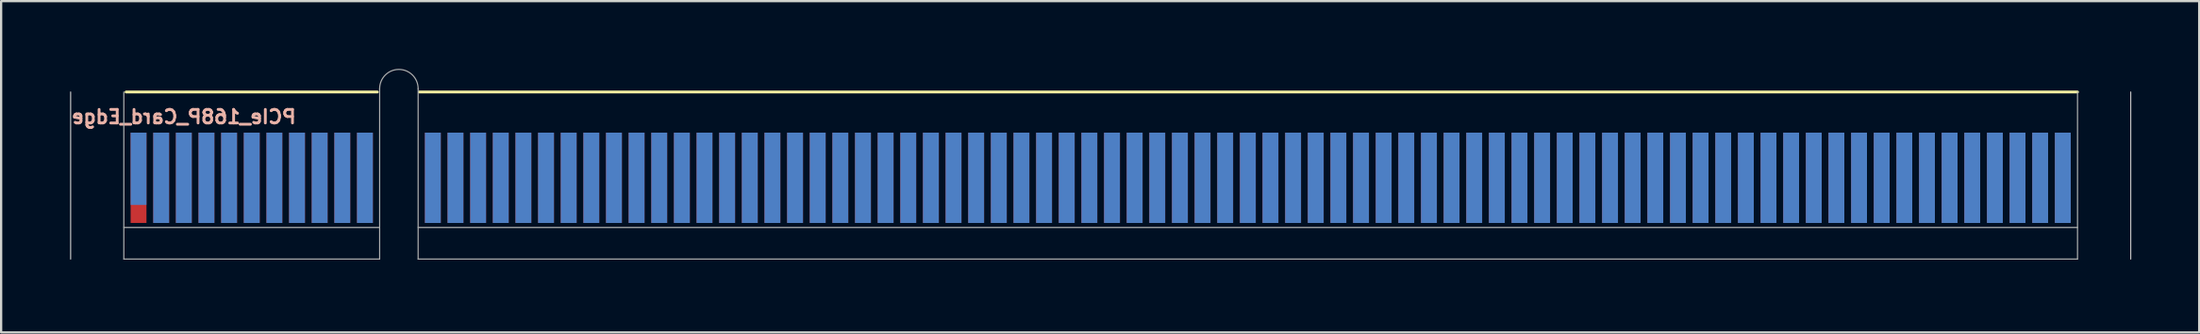
<source format=kicad_pcb>
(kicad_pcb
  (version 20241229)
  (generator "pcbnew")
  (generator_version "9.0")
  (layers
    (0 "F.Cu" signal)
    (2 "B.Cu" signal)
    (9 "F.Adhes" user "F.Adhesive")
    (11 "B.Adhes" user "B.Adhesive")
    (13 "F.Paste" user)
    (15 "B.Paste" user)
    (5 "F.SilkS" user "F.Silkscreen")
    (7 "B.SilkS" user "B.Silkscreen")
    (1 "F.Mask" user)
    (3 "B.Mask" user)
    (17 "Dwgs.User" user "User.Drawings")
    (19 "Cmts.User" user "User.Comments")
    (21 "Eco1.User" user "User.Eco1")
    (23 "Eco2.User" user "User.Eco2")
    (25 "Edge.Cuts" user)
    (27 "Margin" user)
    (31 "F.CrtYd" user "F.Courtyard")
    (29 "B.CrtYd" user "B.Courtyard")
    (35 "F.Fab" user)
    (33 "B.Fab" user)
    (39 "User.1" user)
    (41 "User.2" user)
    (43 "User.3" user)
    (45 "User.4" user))
  (footprint "PCIe_168P_Card_Edge"
    (layer "F.Cu")
    (at 14.57 8.425)
    (property "Reference" "PCIe_168P_Card_Edge" (at -9.5 -6.3 0) (layer "B.SilkS") (effects (font (size 0.6 0.6) (thickness 0.125)) (justify mirror)))
    (attr exclude_from_pos_files exclude_from_bom)
    (fp_line (start -12.05 -7.4) (end -0.95 -7.4) (stroke (width 0.125) (type solid)) (layer "F.SilkS"))
    (fp_line (start 0.9 -7.4) (end 74.15 -7.4) (stroke (width 0.125) (type solid)) (layer "F.SilkS"))
    (fp_line (start -14.5 0) (end -14.5 -7.4) (stroke (width 0.05) (type solid)) (layer "Dwgs.User"))
    (fp_line (start 76.5 0) (end 76.5 -7.4) (stroke (width 0.05) (type solid)) (layer "Dwgs.User"))
    (fp_line (start -12.15 -1.4) (end -0.85 -1.4) (stroke (width 0.05) (type solid)) (layer "F.Fab"))
    (fp_line (start -12.15 0) (end -12.15 -7.4) (stroke (width 0.05) (type solid)) (layer "F.Fab"))
    (fp_line (start -0.85 -7.55) (end -0.85 0) (stroke (width 0.05) (type solid)) (layer "F.Fab"))
    (fp_line (start -0.85 0) (end -12.15 0) (stroke (width 0.05) (type solid)) (layer "F.Fab"))
    (fp_line (start 0.85 -7.55) (end 0.85 0) (stroke (width 0.05) (type solid)) (layer "F.Fab"))
    (fp_line (start 0.85 -1.4) (end 74.15 -1.4) (stroke (width 0.05) (type solid)) (layer "F.Fab"))
    (fp_line (start 0.85 0) (end 74.15 0) (stroke (width 0.05) (type solid)) (layer "F.Fab"))
    (fp_line (start 74.15 0) (end 74.15 -7.4) (stroke (width 0.05) (type solid)) (layer "F.Fab"))
    (fp_arc (start -0.85 -7.55) (mid 0 -8.4) (end 0.85 -7.55) (stroke (width 0.05) (type solid)) (layer "F.Fab"))
    (pad "A1" connect rect (at -11.5 -4) (size 0.7 3.2) (layers "B.Cu" "B.Mask"))
    (pad "A2" connect rect (at -10.5 -3.6) (size 0.7 4) (layers "B.Cu" "B.Mask"))
    (pad "A3" connect rect (at -9.5 -3.6) (size 0.7 4) (layers "B.Cu" "B.Mask"))
    (pad "A4" connect rect (at -8.5 -3.6) (size 0.7 4) (layers "B.Cu" "B.Mask"))
    (pad "A5" connect rect (at -7.5 -3.6) (size 0.7 4) (layers "B.Cu" "B.Mask"))
    (pad "A6" connect rect (at -6.5 -3.6) (size 0.7 4) (layers "B.Cu" "B.Mask"))
    (pad "A7" connect rect (at -5.5 -3.6) (size 0.7 4) (layers "B.Cu" "B.Mask"))
    (pad "A8" connect rect (at -4.5 -3.6) (size 0.7 4) (layers "B.Cu" "B.Mask"))
    (pad "A9" connect rect (at -3.5 -3.6) (size 0.7 4) (layers "B.Cu" "B.Mask"))
    (pad "A10" connect rect (at -2.5 -3.6) (size 0.7 4) (layers "B.Cu" "B.Mask"))
    (pad "A11" connect rect (at -1.5 -3.6) (size 0.7 4) (layers "B.Cu" "B.Mask"))
    (pad "A12" connect rect (at 1.5 -3.6) (size 0.7 4) (layers "B.Cu" "B.Mask"))
    (pad "A13" connect rect (at 2.5 -3.6) (size 0.7 4) (layers "B.Cu" "B.Mask"))
    (pad "A14" connect rect (at 3.5 -3.6) (size 0.7 4) (layers "B.Cu" "B.Mask"))
    (pad "A15" connect rect (at 4.5 -3.6) (size 0.7 4) (layers "B.Cu" "B.Mask"))
    (pad "A16" connect rect (at 5.5 -3.6) (size 0.7 4) (layers "B.Cu" "B.Mask"))
    (pad "A17" connect rect (at 6.5 -3.6) (size 0.7 4) (layers "B.Cu" "B.Mask"))
    (pad "A18" connect rect (at 7.5 -3.6) (size 0.7 4) (layers "B.Cu" "B.Mask"))
    (pad "A19" connect rect (at 8.5 -3.6) (size 0.7 4) (layers "B.Cu" "B.Mask"))
    (pad "A20" connect rect (at 9.5 -3.6) (size 0.7 4) (layers "B.Cu" "B.Mask"))
    (pad "A21" connect rect (at 10.5 -3.6) (size 0.7 4) (layers "B.Cu" "B.Mask"))
    (pad "A22" connect rect (at 11.5 -3.6) (size 0.7 4) (layers "B.Cu" "B.Mask"))
    (pad "A23" connect rect (at 12.5 -3.6) (size 0.7 4) (layers "B.Cu" "B.Mask"))
    (pad "A24" connect rect (at 13.5 -3.6) (size 0.7 4) (layers "B.Cu" "B.Mask"))
    (pad "A25" connect rect (at 14.5 -3.6) (size 0.7 4) (layers "B.Cu" "B.Mask"))
    (pad "A26" connect rect (at 15.5 -3.6) (size 0.7 4) (layers "B.Cu" "B.Mask"))
    (pad "A27" connect rect (at 16.5 -3.6) (size 0.7 4) (layers "B.Cu" "B.Mask"))
    (pad "A28" connect rect (at 17.5 -3.6) (size 0.7 4) (layers "B.Cu" "B.Mask"))
    (pad "A29" connect rect (at 18.5 -3.6) (size 0.7 4) (layers "B.Cu" "B.Mask"))
    (pad "A30" connect rect (at 19.5 -3.6) (size 0.7 4) (layers "B.Cu" "B.Mask"))
    (pad "A31" connect rect (at 20.5 -3.6) (size 0.7 4) (layers "B.Cu" "B.Mask"))
    (pad "A32" connect rect (at 21.5 -3.6) (size 0.7 4) (layers "B.Cu" "B.Mask"))
    (pad "A33" connect rect (at 22.5 -3.6) (size 0.7 4) (layers "B.Cu" "B.Mask"))
    (pad "A34" connect rect (at 23.5 -3.6) (size 0.7 4) (layers "B.Cu" "B.Mask"))
    (pad "A35" connect rect (at 24.5 -3.6) (size 0.7 4) (layers "B.Cu" "B.Mask"))
    (pad "A36" connect rect (at 25.5 -3.6) (size 0.7 4) (layers "B.Cu" "B.Mask"))
    (pad "A37" connect rect (at 26.5 -3.6) (size 0.7 4) (layers "B.Cu" "B.Mask"))
    (pad "A38" connect rect (at 27.5 -3.6) (size 0.7 4) (layers "B.Cu" "B.Mask"))
    (pad "A39" connect rect (at 28.5 -3.6) (size 0.7 4) (layers "B.Cu" "B.Mask"))
    (pad "A40" connect rect (at 29.5 -3.6) (size 0.7 4) (layers "B.Cu" "B.Mask"))
    (pad "A41" connect rect (at 30.5 -3.6) (size 0.7 4) (layers "B.Cu" "B.Mask"))
    (pad "A42" connect rect (at 31.5 -3.6) (size 0.7 4) (layers "B.Cu" "B.Mask"))
    (pad "A43" connect rect (at 32.5 -3.6) (size 0.7 4) (layers "B.Cu" "B.Mask"))
    (pad "A44" connect rect (at 33.5 -3.6) (size 0.7 4) (layers "B.Cu" "B.Mask"))
    (pad "A45" connect rect (at 34.5 -3.6) (size 0.7 4) (layers "B.Cu" "B.Mask"))
    (pad "A46" connect rect (at 35.5 -3.6) (size 0.7 4) (layers "B.Cu" "B.Mask"))
    (pad "A47" connect rect (at 36.5 -3.6) (size 0.7 4) (layers "B.Cu" "B.Mask"))
    (pad "A48" connect rect (at 37.5 -3.6) (size 0.7 4) (layers "B.Cu" "B.Mask"))
    (pad "A49" connect rect (at 38.5 -3.6) (size 0.7 4) (layers "B.Cu" "B.Mask"))
    (pad "A50" connect rect (at 39.5 -3.6) (size 0.7 4) (layers "B.Cu" "B.Mask"))
    (pad "A51" connect rect (at 40.5 -3.6) (size 0.7 4) (layers "B.Cu" "B.Mask"))
    (pad "A52" connect rect (at 41.5 -3.6) (size 0.7 4) (layers "B.Cu" "B.Mask"))
    (pad "A53" connect rect (at 42.5 -3.6) (size 0.7 4) (layers "B.Cu" "B.Mask"))
    (pad "A54" connect rect (at 43.5 -3.6) (size 0.7 4) (layers "B.Cu" "B.Mask"))
    (pad "A55" connect rect (at 44.5 -3.6) (size 0.7 4) (layers "B.Cu" "B.Mask"))
    (pad "A56" connect rect (at 45.5 -3.6) (size 0.7 4) (layers "B.Cu" "B.Mask"))
    (pad "A57" connect rect (at 46.5 -3.6) (size 0.7 4) (layers "B.Cu" "B.Mask"))
    (pad "A58" connect rect (at 47.5 -3.6) (size 0.7 4) (layers "B.Cu" "B.Mask"))
    (pad "A59" connect rect (at 48.5 -3.6) (size 0.7 4) (layers "B.Cu" "B.Mask"))
    (pad "A60" connect rect (at 49.5 -3.6) (size 0.7 4) (layers "B.Cu" "B.Mask"))
    (pad "A61" connect rect (at 50.5 -3.6) (size 0.7 4) (layers "B.Cu" "B.Mask"))
    (pad "A62" connect rect (at 51.5 -3.6) (size 0.7 4) (layers "B.Cu" "B.Mask"))
    (pad "A63" connect rect (at 52.5 -3.6) (size 0.7 4) (layers "B.Cu" "B.Mask"))
    (pad "A64" connect rect (at 53.5 -3.6) (size 0.7 4) (layers "B.Cu" "B.Mask"))
    (pad "A65" connect rect (at 54.5 -3.6) (size 0.7 4) (layers "B.Cu" "B.Mask"))
    (pad "A66" connect rect (at 55.5 -3.6) (size 0.7 4) (layers "B.Cu" "B.Mask"))
    (pad "A67" connect rect (at 56.5 -3.6) (size 0.7 4) (layers "B.Cu" "B.Mask"))
    (pad "A68" connect rect (at 57.5 -3.6) (size 0.7 4) (layers "B.Cu" "B.Mask"))
    (pad "A69" connect rect (at 58.5 -3.6) (size 0.7 4) (layers "B.Cu" "B.Mask"))
    (pad "A70" connect rect (at 59.5 -3.6) (size 0.7 4) (layers "B.Cu" "B.Mask"))
    (pad "A71" connect rect (at 60.5 -3.6) (size 0.7 4) (layers "B.Cu" "B.Mask"))
    (pad "A72" connect rect (at 61.5 -3.6) (size 0.7 4) (layers "B.Cu" "B.Mask"))
    (pad "A73" connect rect (at 62.5 -3.6) (size 0.7 4) (layers "B.Cu" "B.Mask"))
    (pad "A74" connect rect (at 63.5 -3.6) (size 0.7 4) (layers "B.Cu" "B.Mask"))
    (pad "A75" connect rect (at 64.5 -3.6) (size 0.7 4) (layers "B.Cu" "B.Mask"))
    (pad "A76" connect rect (at 65.5 -3.6) (size 0.7 4) (layers "B.Cu" "B.Mask"))
    (pad "A77" connect rect (at 66.5 -3.6) (size 0.7 4) (layers "B.Cu" "B.Mask"))
    (pad "A78" connect rect (at 67.5 -3.6) (size 0.7 4) (layers "B.Cu" "B.Mask"))
    (pad "A79" connect rect (at 68.5 -3.6) (size 0.7 4) (layers "B.Cu" "B.Mask"))
    (pad "A80" connect rect (at 69.5 -3.6) (size 0.7 4) (layers "B.Cu" "B.Mask"))
    (pad "A81" connect rect (at 70.5 -3.6) (size 0.7 4) (layers "B.Cu" "B.Mask"))
    (pad "A82" connect rect (at 71.5 -3.6) (size 0.7 4) (layers "B.Cu" "B.Mask"))
    (pad "A83" connect rect (at 72.5 -3.6) (size 0.7 4) (layers "B.Cu" "B.Mask"))
    (pad "A84" connect rect (at 73.5 -3.6) (size 0.7 4) (layers "B.Cu" "B.Mask"))
    (pad "B1" connect rect (at -11.5 -3.6) (size 0.7 4) (layers "F.Cu" "F.Mask"))
    (pad "B2" connect rect (at -10.5 -3.6) (size 0.7 4) (layers "F.Cu" "F.Mask"))
    (pad "B3" connect rect (at -9.5 -3.6) (size 0.7 4) (layers "F.Cu" "F.Mask"))
    (pad "B4" connect rect (at -8.5 -3.6) (size 0.7 4) (layers "F.Cu" "F.Mask"))
    (pad "B5" connect rect (at -7.5 -3.6) (size 0.7 4) (layers "F.Cu" "F.Mask"))
    (pad "B6" connect rect (at -6.5 -3.6) (size 0.7 4) (layers "F.Cu" "F.Mask"))
    (pad "B7" connect rect (at -5.5 -3.6) (size 0.7 4) (layers "F.Cu" "F.Mask"))
    (pad "B8" connect rect (at -4.5 -3.6) (size 0.7 4) (layers "F.Cu" "F.Mask"))
    (pad "B9" connect rect (at -3.5 -3.6) (size 0.7 4) (layers "F.Cu" "F.Mask"))
    (pad "B10" connect rect (at -2.5 -3.6) (size 0.7 4) (layers "F.Cu" "F.Mask"))
    (pad "B11" connect rect (at -1.5 -3.6) (size 0.7 4) (layers "F.Cu" "F.Mask"))
    (pad "B12" connect rect (at 1.5 -3.6) (size 0.7 4) (layers "F.Cu" "F.Mask"))
    (pad "B13" connect rect (at 2.5 -3.6) (size 0.7 4) (layers "F.Cu" "F.Mask"))
    (pad "B14" connect rect (at 3.5 -3.6) (size 0.7 4) (layers "F.Cu" "F.Mask"))
    (pad "B15" connect rect (at 4.5 -3.6) (size 0.7 4) (layers "F.Cu" "F.Mask"))
    (pad "B16" connect rect (at 5.5 -3.6) (size 0.7 4) (layers "F.Cu" "F.Mask"))
    (pad "B17" connect rect (at 6.5 -3.6) (size 0.7 4) (layers "F.Cu" "F.Mask"))
    (pad "B18" connect rect (at 7.5 -3.6) (size 0.7 4) (layers "F.Cu" "F.Mask"))
    (pad "B19" connect rect (at 8.5 -3.6) (size 0.7 4) (layers "F.Cu" "F.Mask"))
    (pad "B20" connect rect (at 9.5 -3.6) (size 0.7 4) (layers "F.Cu" "F.Mask"))
    (pad "B21" connect rect (at 10.5 -3.6) (size 0.7 4) (layers "F.Cu" "F.Mask"))
    (pad "B22" connect rect (at 11.5 -3.6) (size 0.7 4) (layers "F.Cu" "F.Mask"))
    (pad "B23" connect rect (at 12.5 -3.6) (size 0.7 4) (layers "F.Cu" "F.Mask"))
    (pad "B24" connect rect (at 13.5 -3.6) (size 0.7 4) (layers "F.Cu" "F.Mask"))
    (pad "B25" connect rect (at 14.5 -3.6) (size 0.7 4) (layers "F.Cu" "F.Mask"))
    (pad "B26" connect rect (at 15.5 -3.6) (size 0.7 4) (layers "F.Cu" "F.Mask"))
    (pad "B27" connect rect (at 16.5 -3.6) (size 0.7 4) (layers "F.Cu" "F.Mask"))
    (pad "B28" connect rect (at 17.5 -3.6) (size 0.7 4) (layers "F.Cu" "F.Mask"))
    (pad "B29" connect rect (at 18.5 -3.6) (size 0.7 4) (layers "F.Cu" "F.Mask"))
    (pad "B30" connect rect (at 19.5 -3.6) (size 0.7 4) (layers "F.Cu" "F.Mask"))
    (pad "B31" connect rect (at 20.5 -3.6) (size 0.7 4) (layers "F.Cu" "F.Mask"))
    (pad "B32" connect rect (at 21.5 -3.6) (size 0.7 4) (layers "F.Cu" "F.Mask"))
    (pad "B33" connect rect (at 22.5 -3.6) (size 0.7 4) (layers "F.Cu" "F.Mask"))
    (pad "B34" connect rect (at 23.5 -3.6) (size 0.7 4) (layers "F.Cu" "F.Mask"))
    (pad "B35" connect rect (at 24.5 -3.6) (size 0.7 4) (layers "F.Cu" "F.Mask"))
    (pad "B36" connect rect (at 25.5 -3.6) (size 0.7 4) (layers "F.Cu" "F.Mask"))
    (pad "B37" connect rect (at 26.5 -3.6) (size 0.7 4) (layers "F.Cu" "F.Mask"))
    (pad "B38" connect rect (at 27.5 -3.6) (size 0.7 4) (layers "F.Cu" "F.Mask"))
    (pad "B39" connect rect (at 28.5 -3.6) (size 0.7 4) (layers "F.Cu" "F.Mask"))
    (pad "B40" connect rect (at 29.5 -3.6) (size 0.7 4) (layers "F.Cu" "F.Mask"))
    (pad "B41" connect rect (at 30.5 -3.6) (size 0.7 4) (layers "F.Cu" "F.Mask"))
    (pad "B42" connect rect (at 31.5 -3.6) (size 0.7 4) (layers "F.Cu" "F.Mask"))
    (pad "B43" connect rect (at 32.5 -3.6) (size 0.7 4) (layers "F.Cu" "F.Mask"))
    (pad "B44" connect rect (at 33.5 -3.6) (size 0.7 4) (layers "F.Cu" "F.Mask"))
    (pad "B45" connect rect (at 34.5 -3.6) (size 0.7 4) (layers "F.Cu" "F.Mask"))
    (pad "B46" connect rect (at 35.5 -3.6) (size 0.7 4) (layers "F.Cu" "F.Mask"))
    (pad "B47" connect rect (at 36.5 -3.6) (size 0.7 4) (layers "F.Cu" "F.Mask"))
    (pad "B48" connect rect (at 37.5 -3.6) (size 0.7 4) (layers "F.Cu" "F.Mask"))
    (pad "B49" connect rect (at 38.5 -3.6) (size 0.7 4) (layers "F.Cu" "F.Mask"))
    (pad "B50" connect rect (at 39.5 -3.6) (size 0.7 4) (layers "F.Cu" "F.Mask"))
    (pad "B51" connect rect (at 40.5 -3.6) (size 0.7 4) (layers "F.Cu" "F.Mask"))
    (pad "B52" connect rect (at 41.5 -3.6) (size 0.7 4) (layers "F.Cu" "F.Mask"))
    (pad "B53" connect rect (at 42.5 -3.6) (size 0.7 4) (layers "F.Cu" "F.Mask"))
    (pad "B54" connect rect (at 43.5 -3.6) (size 0.7 4) (layers "F.Cu" "F.Mask"))
    (pad "B55" connect rect (at 44.5 -3.6) (size 0.7 4) (layers "F.Cu" "F.Mask"))
    (pad "B56" connect rect (at 45.5 -3.6) (size 0.7 4) (layers "F.Cu" "F.Mask"))
    (pad "B57" connect rect (at 46.5 -3.6) (size 0.7 4) (layers "F.Cu" "F.Mask"))
    (pad "B58" connect rect (at 47.5 -3.6) (size 0.7 4) (layers "F.Cu" "F.Mask"))
    (pad "B59" connect rect (at 48.5 -3.6) (size 0.7 4) (layers "F.Cu" "F.Mask"))
    (pad "B60" connect rect (at 49.5 -3.6) (size 0.7 4) (layers "F.Cu" "F.Mask"))
    (pad "B61" connect rect (at 50.5 -3.6) (size 0.7 4) (layers "F.Cu" "F.Mask"))
    (pad "B62" connect rect (at 51.5 -3.6) (size 0.7 4) (layers "F.Cu" "F.Mask"))
    (pad "B63" connect rect (at 52.5 -3.6) (size 0.7 4) (layers "F.Cu" "F.Mask"))
    (pad "B64" connect rect (at 53.5 -3.6) (size 0.7 4) (layers "F.Cu" "F.Mask"))
    (pad "B65" connect rect (at 54.5 -3.6) (size 0.7 4) (layers "F.Cu" "F.Mask"))
    (pad "B66" connect rect (at 55.5 -3.6) (size 0.7 4) (layers "F.Cu" "F.Mask"))
    (pad "B67" connect rect (at 56.5 -3.6) (size 0.7 4) (layers "F.Cu" "F.Mask"))
    (pad "B68" connect rect (at 57.5 -3.6) (size 0.7 4) (layers "F.Cu" "F.Mask"))
    (pad "B69" connect rect (at 58.5 -3.6) (size 0.7 4) (layers "F.Cu" "F.Mask"))
    (pad "B70" connect rect (at 59.5 -3.6) (size 0.7 4) (layers "F.Cu" "F.Mask"))
    (pad "B71" connect rect (at 60.5 -3.6) (size 0.7 4) (layers "F.Cu" "F.Mask"))
    (pad "B72" connect rect (at 61.5 -3.6) (size 0.7 4) (layers "F.Cu" "F.Mask"))
    (pad "B73" connect rect (at 62.5 -3.6) (size 0.7 4) (layers "F.Cu" "F.Mask"))
    (pad "B74" connect rect (at 63.5 -3.6) (size 0.7 4) (layers "F.Cu" "F.Mask"))
    (pad "B75" connect rect (at 64.5 -3.6) (size 0.7 4) (layers "F.Cu" "F.Mask"))
    (pad "B76" connect rect (at 65.5 -3.6) (size 0.7 4) (layers "F.Cu" "F.Mask"))
    (pad "B77" connect rect (at 66.5 -3.6) (size 0.7 4) (layers "F.Cu" "F.Mask"))
    (pad "B78" connect rect (at 67.5 -3.6) (size 0.7 4) (layers "F.Cu" "F.Mask"))
    (pad "B79" connect rect (at 68.5 -3.6) (size 0.7 4) (layers "F.Cu" "F.Mask"))
    (pad "B80" connect rect (at 69.5 -3.6) (size 0.7 4) (layers "F.Cu" "F.Mask"))
    (pad "B81" connect rect (at 70.5 -3.6) (size 0.7 4) (layers "F.Cu" "F.Mask"))
    (pad "B82" connect rect (at 71.5 -3.6) (size 0.7 4) (layers "F.Cu" "F.Mask"))
    (pad "B83" connect rect (at 72.5 -3.6) (size 0.7 4) (layers "F.Cu" "F.Mask"))
    (pad "B84" connect rect (at 73.5 -3.6) (size 0.7 4) (layers "F.Cu" "F.Mask")))
  (gr_rect
    (start -3 -3)
    (end 94.095 11.675)
    (stroke (width 0.1) (type default))
    (fill no)
    (layer "Edge.Cuts")))
</source>
